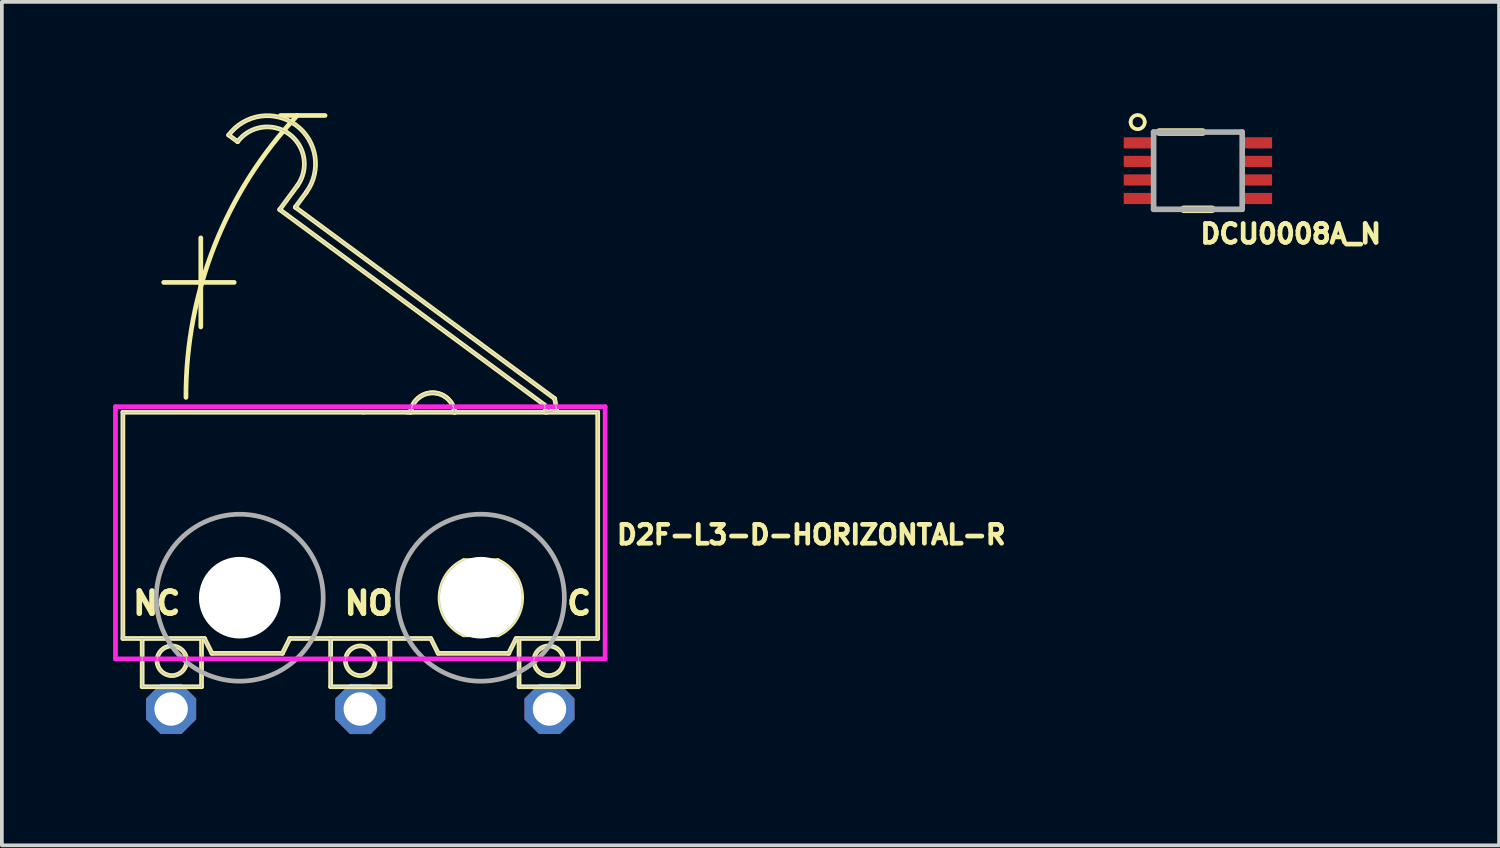
<source format=kicad_pcb>
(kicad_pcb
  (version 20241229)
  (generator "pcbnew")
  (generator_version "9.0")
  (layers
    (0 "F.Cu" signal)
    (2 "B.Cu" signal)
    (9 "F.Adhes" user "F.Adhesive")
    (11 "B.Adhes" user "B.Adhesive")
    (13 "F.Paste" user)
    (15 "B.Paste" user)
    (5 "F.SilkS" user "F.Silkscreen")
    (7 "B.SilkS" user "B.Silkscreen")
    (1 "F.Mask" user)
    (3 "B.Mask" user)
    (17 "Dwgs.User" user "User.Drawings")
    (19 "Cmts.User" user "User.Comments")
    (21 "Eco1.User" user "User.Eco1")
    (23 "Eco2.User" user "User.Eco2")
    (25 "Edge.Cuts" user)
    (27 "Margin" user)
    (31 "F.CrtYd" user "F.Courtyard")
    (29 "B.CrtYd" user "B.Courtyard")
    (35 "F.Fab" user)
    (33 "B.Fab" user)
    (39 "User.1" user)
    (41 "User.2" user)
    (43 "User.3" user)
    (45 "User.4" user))
  (footprint "DCU0008A_N"
    (layer "F.Cu")
    (at 29.243 1.551)
    (property "Reference" "DCU0008A_N" (at 0 2 0) (layer "F.SilkS") (effects (font (size 0.508 0.508) (thickness 0.127)) (justify left bottom)))
    (fp_line (start -1.041 -1.041) (end 0.127 -1.041) (stroke (width 0.203) (type solid)) (layer "F.SilkS"))
    (fp_line (start -0.381 1.041) (end 0.381 1.041) (stroke (width 0.203) (type solid)) (layer "F.SilkS"))
    (fp_arc (start -1.8144 -1.3096) (mid -1.6239 -1.5001) (end -1.4334 -1.3096) (stroke (width 0.1016) (type solid)) (layer "F.SilkS"))
    (fp_arc (start -1.4334 -1.3096) (mid -1.6239 -1.1191) (end -1.8144 -1.3096) (stroke (width 0.1016) (type solid)) (layer "F.SilkS"))
    (fp_line (start -1.194 -1.041) (end 1.194 -1.041) (stroke (width 0.152) (type solid)) (layer "F.Fab"))
    (fp_line (start -1.194 1.041) (end -1.194 -1.041) (stroke (width 0.152) (type solid)) (layer "F.Fab"))
    (fp_line (start -1.194 1.041) (end 1.194 1.041) (stroke (width 0.152) (type solid)) (layer "F.Fab"))
    (fp_line (start 1.194 1.041) (end 1.194 -1.041) (stroke (width 0.152) (type solid)) (layer "F.Fab"))
    (pad "1" smd rect (at -1.6 -0.75 180) (size 0.8 0.3) (layers "F.Cu" "F.Mask" "F.Paste"))
    (pad "2" smd rect (at -1.6 -0.25 180) (size 0.8 0.3) (layers "F.Cu" "F.Mask" "F.Paste"))
    (pad "3" smd rect (at -1.6 0.25 180) (size 0.8 0.3) (layers "F.Cu" "F.Mask" "F.Paste"))
    (pad "4" smd rect (at -1.6 0.75 180) (size 0.8 0.3) (layers "F.Cu" "F.Mask" "F.Paste"))
    (pad "5" smd rect (at 1.6 0.75 180) (size 0.8 0.3) (layers "F.Cu" "F.Mask" "F.Paste"))
    (pad "6" smd rect (at 1.6 0.25 180) (size 0.8 0.3) (layers "F.Cu" "F.Mask" "F.Paste"))
    (pad "7" smd rect (at 1.6 -0.25 180) (size 0.8 0.3) (layers "F.Cu" "F.Mask" "F.Paste"))
    (pad "8" smd rect (at 1.6 -0.75 180) (size 0.8 0.3) (layers "F.Cu" "F.Mask" "F.Paste")))
  (footprint "D2F-L3-D-HORIZONTAL-R"
    (layer "F.Cu")
    (at 6.663 13.063)
    (property "Reference" "D2F-L3-D-HORIZONTAL-R" (at 6.85 -1.4 0) (layer "F.SilkS") (effects (font (size 0.508 0.508) (thickness 0.127)) (justify left bottom)))
    (fp_line (start -6.4 -5) (end 0.085 -5) (stroke (width 0.127) (type solid)) (layer "F.SilkS"))
    (fp_line (start -6.4 1.1) (end -6.4 -5) (stroke (width 0.127) (type solid)) (layer "F.SilkS"))
    (fp_line (start -6.4 1.1) (end -4.2 1.1) (stroke (width 0.127) (type solid)) (layer "F.SilkS"))
    (fp_line (start -5.88 2.4) (end -5.88 1.1) (stroke (width 0.127) (type solid)) (layer "F.SilkS"))
    (fp_line (start -4.3 -8.5) (end -5.3 -8.5) (stroke (width 0.127) (type solid)) (layer "F.SilkS"))
    (fp_line (start -4.3 -8.5) (end -4.3 -9.7) (stroke (width 0.127) (type solid)) (layer "F.SilkS"))
    (fp_line (start -4.3 -7.3) (end -4.3 -8.5) (stroke (width 0.127) (type solid)) (layer "F.SilkS"))
    (fp_line (start -4.28 1.1) (end -4.28 2.4) (stroke (width 0.127) (type solid)) (layer "F.SilkS"))
    (fp_line (start -4.28 2.4) (end -5.88 2.4) (stroke (width 0.127) (type solid)) (layer "F.SilkS"))
    (fp_line (start -4.2 1.1) (end -4 1.5) (stroke (width 0.127) (type solid)) (layer "F.SilkS"))
    (fp_line (start -3.4 -8.5) (end -4.3 -8.5) (stroke (width 0.127) (type solid)) (layer "F.SilkS"))
    (fp_line (start -3.307 -12.294) (end -3.549 -12.472) (stroke (width 0.127) (type solid)) (layer "F.SilkS"))
    (fp_line (start -2.173 -10.463) (end -1.698 -11.106) (stroke (width 0.127) (type solid)) (layer "F.SilkS"))
    (fp_line (start -2.15 -13) (end -1.7 -13) (stroke (width 0.127) (type solid)) (layer "F.SilkS"))
    (fp_line (start -2.1 1.5) (end -4 1.5) (stroke (width 0.127) (type solid)) (layer "F.SilkS"))
    (fp_line (start -2.1 1.5) (end -1.9 1.1) (stroke (width 0.127) (type solid)) (layer "F.SilkS"))
    (fp_line (start -1.9 1.1) (end 1.9 1.1) (stroke (width 0.127) (type solid)) (layer "F.SilkS"))
    (fp_line (start -1.753 -10.526) (end 5.24 -5.367) (stroke (width 0.127) (type solid)) (layer "F.SilkS"))
    (fp_line (start -1.7 -13) (end -0.95 -13) (stroke (width 0.127) (type solid)) (layer "F.SilkS"))
    (fp_line (start -1.456 -10.928) (end -1.753 -10.526) (stroke (width 0.127) (type solid)) (layer "F.SilkS"))
    (fp_line (start -0.8 2.4) (end -0.8 1.1) (stroke (width 0.127) (type solid)) (layer "F.SilkS"))
    (fp_line (start 0.085 -5) (end 1.275 -5) (stroke (width 0.127) (type solid)) (layer "F.SilkS"))
    (fp_line (start 0.8 1.1) (end 0.8 2.4) (stroke (width 0.127) (type solid)) (layer "F.SilkS"))
    (fp_line (start 0.8 2.4) (end -0.8 2.4) (stroke (width 0.127) (type solid)) (layer "F.SilkS"))
    (fp_line (start 1.275 -5) (end 1.355 -5) (stroke (width 0.127) (type solid)) (layer "F.SilkS"))
    (fp_line (start 1.355 -5) (end 2.545 -5) (stroke (width 0.127) (type solid)) (layer "F.SilkS"))
    (fp_line (start 1.9 1.1) (end 2.1 1.5) (stroke (width 0.127) (type solid)) (layer "F.SilkS"))
    (fp_line (start 2.545 -5) (end 6.4 -5) (stroke (width 0.127) (type solid)) (layer "F.SilkS"))
    (fp_line (start 2.792 1) (end 3.708 1) (stroke (width 0.127) (type solid)) (layer "F.SilkS"))
    (fp_line (start 3.708 -1) (end 2.792 -1) (stroke (width 0.127) (type solid)) (layer "F.SilkS"))
    (fp_line (start 4 1.5) (end 2.1 1.5) (stroke (width 0.127) (type solid)) (layer "F.SilkS"))
    (fp_line (start 4 1.5) (end 4.2 1.1) (stroke (width 0.127) (type solid)) (layer "F.SilkS"))
    (fp_line (start 4.2 1.1) (end 6.4 1.1) (stroke (width 0.127) (type solid)) (layer "F.SilkS"))
    (fp_line (start 4.28 2.4) (end 4.28 1.1) (stroke (width 0.127) (type solid)) (layer "F.SilkS"))
    (fp_line (start 4.965 -5.197) (end -2.173 -10.463) (stroke (width 0.127) (type solid)) (layer "F.SilkS"))
    (fp_line (start 5 -5) (end 4.965 -5.197) (stroke (width 0.127) (type solid)) (layer "F.SilkS"))
    (fp_line (start 5.24 -5.367) (end 5.295 -5.052) (stroke (width 0.127) (type solid)) (layer "F.SilkS"))
    (fp_line (start 5.295 -5.052) (end 5 -5) (stroke (width 0.127) (type solid)) (layer "F.SilkS"))
    (fp_line (start 5.88 1.1) (end 5.88 2.4) (stroke (width 0.127) (type solid)) (layer "F.SilkS"))
    (fp_line (start 5.88 2.4) (end 4.28 2.4) (stroke (width 0.127) (type solid)) (layer "F.SilkS"))
    (fp_line (start 6.4 -5) (end 6.4 1.1) (stroke (width 0.127) (type solid)) (layer "F.SilkS"))
    (fp_arc (start -4.7 -5.4) (mid -3.930582 -9.488387) (end -1.7 -12.999999) (stroke (width 0.127) (type solid)) (layer "F.SilkS"))
    (fp_arc (start -3.54864 -12.471731) (mid -1.730759 -12.74615) (end -1.45634 -10.928269) (stroke (width 0.127) (type solid)) (layer "F.SilkS"))
    (fp_arc (start -3.307218 -12.29364) (mid -1.90885 -12.504725) (end -1.697761 -11.106358) (stroke (width 0.127) (type solid)) (layer "F.SilkS"))
    (fp_arc (start 1.35484 -5) (mid 1.95 -5.523974) (end 2.54516 -5) (stroke (width 0.127) (type solid)) (layer "F.SilkS"))
    (fp_arc (start 1.35484 -5) (mid 1.95 -5.523974) (end 2.54516 -5) (stroke (width 0.127) (type solid)) (layer "F.SilkS"))
    (fp_arc (start 2.79174 1) (mid 2.149998 0) (end 2.791739 -1) (stroke (width 0.127) (type solid)) (layer "F.SilkS"))
    (fp_arc (start 3.708259 -1) (mid 4.35 0) (end 3.708258 1) (stroke (width 0.127) (type solid)) (layer "F.SilkS"))
    (fp_circle (center -5.08 1.7) (end -4.68 1.7) (stroke (width 0.127) (type solid)) (fill no) (layer "F.SilkS"))
    (fp_circle (center -3.25 0) (end -2.25 0) (stroke (width 0.127) (type solid)) (fill no) (layer "F.SilkS"))
    (fp_circle (center 0 1.7) (end 0.4 1.7) (stroke (width 0.127) (type solid)) (fill no) (layer "F.SilkS"))
    (fp_circle (center 5.08 1.7) (end 5.48 1.7) (stroke (width 0.127) (type solid)) (fill no) (layer "F.SilkS"))
    (fp_line (start -6.4 -5) (end 0.085 -5) (stroke (width 0.025) (type solid)) (layer "Dwgs.User"))
    (fp_line (start -6.4 1.1) (end -6.4 -5) (stroke (width 0.025) (type solid)) (layer "Dwgs.User"))
    (fp_line (start -6.4 1.1) (end -4.2 1.1) (stroke (width 0.025) (type solid)) (layer "Dwgs.User"))
    (fp_line (start -5.88 2.4) (end -5.88 1.1) (stroke (width 0.025) (type solid)) (layer "Dwgs.User"))
    (fp_line (start -4.28 1.1) (end -4.28 2.4) (stroke (width 0.025) (type solid)) (layer "Dwgs.User"))
    (fp_line (start -4.28 2.4) (end -5.88 2.4) (stroke (width 0.025) (type solid)) (layer "Dwgs.User"))
    (fp_line (start -4.2 1.1) (end -4 1.5) (stroke (width 0.025) (type solid)) (layer "Dwgs.User"))
    (fp_line (start -3.307 -12.294) (end -3.549 -12.472) (stroke (width 0.025) (type solid)) (layer "Dwgs.User"))
    (fp_line (start -2.173 -10.463) (end -1.698 -11.106) (stroke (width 0.025) (type solid)) (layer "Dwgs.User"))
    (fp_line (start -2.1 1.5) (end -4 1.5) (stroke (width 0.025) (type solid)) (layer "Dwgs.User"))
    (fp_line (start -2.1 1.5) (end -1.9 1.1) (stroke (width 0.025) (type solid)) (layer "Dwgs.User"))
    (fp_line (start -1.9 1.1) (end 1.9 1.1) (stroke (width 0.025) (type solid)) (layer "Dwgs.User"))
    (fp_line (start -1.753 -10.526) (end 5.24 -5.367) (stroke (width 0.025) (type solid)) (layer "Dwgs.User"))
    (fp_line (start -1.456 -10.928) (end -1.753 -10.526) (stroke (width 0.025) (type solid)) (layer "Dwgs.User"))
    (fp_line (start -0.8 2.4) (end -0.8 1.1) (stroke (width 0.025) (type solid)) (layer "Dwgs.User"))
    (fp_line (start 0.085 -5) (end 1.275 -5) (stroke (width 0.025) (type solid)) (layer "Dwgs.User"))
    (fp_line (start 0.8 1.1) (end 0.8 2.4) (stroke (width 0.025) (type solid)) (layer "Dwgs.User"))
    (fp_line (start 0.8 2.4) (end -0.8 2.4) (stroke (width 0.025) (type solid)) (layer "Dwgs.User"))
    (fp_line (start 1.275 -5) (end 1.355 -5) (stroke (width 0.025) (type solid)) (layer "Dwgs.User"))
    (fp_line (start 1.355 -5) (end 2.545 -5) (stroke (width 0.025) (type solid)) (layer "Dwgs.User"))
    (fp_line (start 1.9 1.1) (end 2.1 1.5) (stroke (width 0.025) (type solid)) (layer "Dwgs.User"))
    (fp_line (start 2.545 -5) (end 6.4 -5) (stroke (width 0.025) (type solid)) (layer "Dwgs.User"))
    (fp_line (start 2.792 1) (end 3.708 1) (stroke (width 0.025) (type solid)) (layer "Dwgs.User"))
    (fp_line (start 3.708 -1) (end 2.792 -1) (stroke (width 0.025) (type solid)) (layer "Dwgs.User"))
    (fp_line (start 4 1.5) (end 2.1 1.5) (stroke (width 0.025) (type solid)) (layer "Dwgs.User"))
    (fp_line (start 4 1.5) (end 4.2 1.1) (stroke (width 0.025) (type solid)) (layer "Dwgs.User"))
    (fp_line (start 4.2 1.1) (end 6.4 1.1) (stroke (width 0.025) (type solid)) (layer "Dwgs.User"))
    (fp_line (start 4.28 2.4) (end 4.28 1.1) (stroke (width 0.025) (type solid)) (layer "Dwgs.User"))
    (fp_line (start 4.965 -5.197) (end -2.173 -10.463) (stroke (width 0.025) (type solid)) (layer "Dwgs.User"))
    (fp_line (start 5 -5) (end 4.965 -5.197) (stroke (width 0.025) (type solid)) (layer "Dwgs.User"))
    (fp_line (start 5.24 -5.367) (end 5.295 -5.052) (stroke (width 0.025) (type solid)) (layer "Dwgs.User"))
    (fp_line (start 5.295 -5.052) (end 5 -5) (stroke (width 0.025) (type solid)) (layer "Dwgs.User"))
    (fp_line (start 5.88 1.1) (end 5.88 2.4) (stroke (width 0.025) (type solid)) (layer "Dwgs.User"))
    (fp_line (start 5.88 2.4) (end 4.28 2.4) (stroke (width 0.025) (type solid)) (layer "Dwgs.User"))
    (fp_line (start 6.4 -5) (end 6.4 1.1) (stroke (width 0.025) (type solid)) (layer "Dwgs.User"))
    (fp_arc (start -3.54864 -12.471731) (mid -1.730759 -12.74615) (end -1.45634 -10.928269) (stroke (width 0.025) (type solid)) (layer "Dwgs.User"))
    (fp_arc (start -3.307218 -12.29364) (mid -1.90885 -12.504725) (end -1.697761 -11.106358) (stroke (width 0.025) (type solid)) (layer "Dwgs.User"))
    (fp_arc (start 1.35484 -5) (mid 1.95 -5.523974) (end 2.54516 -5) (stroke (width 0.025) (type solid)) (layer "Dwgs.User"))
    (fp_arc (start 1.35484 -5) (mid 1.95 -5.523974) (end 2.54516 -5) (stroke (width 0.025) (type solid)) (layer "Dwgs.User"))
    (fp_arc (start 2.79174 1) (mid 2.149998 0) (end 2.791739 -1) (stroke (width 0.025) (type solid)) (layer "Dwgs.User"))
    (fp_arc (start 3.708259 -1) (mid 4.35 0) (end 3.708258 1) (stroke (width 0.025) (type solid)) (layer "Dwgs.User"))
    (fp_circle (center -5.08 1.7) (end -4.68 1.7) (stroke (width 0.025) (type solid)) (fill no) (layer "Dwgs.User"))
    (fp_circle (center -3.25 0) (end -2.25 0) (stroke (width 0.025) (type solid)) (fill no) (layer "Dwgs.User"))
    (fp_circle (center 0 1.7) (end 0.4 1.7) (stroke (width 0.025) (type solid)) (fill no) (layer "Dwgs.User"))
    (fp_circle (center 5.08 1.7) (end 5.48 1.7) (stroke (width 0.025) (type solid)) (fill no) (layer "Dwgs.User"))
    (fp_line (start -6.6 -5.15) (end 6.6 -5.15) (stroke (width 0.127) (type solid)) (layer "F.CrtYd"))
    (fp_line (start -6.6 1.65) (end -6.6 -5.15) (stroke (width 0.127) (type solid)) (layer "F.CrtYd"))
    (fp_line (start 6.6 -5.15) (end 6.6 1.65) (stroke (width 0.127) (type solid)) (layer "F.CrtYd"))
    (fp_line (start 6.6 1.65) (end -6.6 1.65) (stroke (width 0.127) (type solid)) (layer "F.CrtYd"))
    (fp_circle (center -3.25 0) (end -1 0) (stroke (width 0.127) (type solid)) (fill no) (layer "F.Fab"))
    (fp_circle (center 3.25 0) (end 5.501 0) (stroke (width 0.127) (type solid)) (fill no) (layer "F.Fab"))
    (fp_text user "C" (at 5.5 0.5 0) (layer "F.SilkS") (effects (font (size 0.6 0.6) (thickness 0.15)) (justify left bottom)))
    (fp_text user "NO" (at -0.5 0.5 0) (layer "F.SilkS") (effects (font (size 0.6 0.6) (thickness 0.15)) (justify left bottom)))
    (fp_text user "NC" (at -6.2 0.5 0) (layer "F.SilkS") (effects (font (size 0.6 0.6) (thickness 0.15)) (justify left bottom)))
    (pad "" np_thru_hole circle (at -3.25 0) (size 2.2 2.2) (drill 2.2) (layers "*.Cu" "*.Mask"))
    (pad "" np_thru_hole circle (at 3.25 0) (size 2.2 2.2) (drill 2.2) (layers "*.Cu" "*.Mask"))
    (pad "C" thru_hole roundrect (at 5.1 3 315) (size 1.35 1.35) (drill 0.9) (layers "*.Cu" "*.Mask") (roundrect_rratio 0.25) (chamfer_ratio 0.293) (chamfer top_left top_right bottom_left bottom_right))
    (pad "NC" thru_hole roundrect (at -5.1 3 225) (size 1.35 1.35) (drill 0.9) (layers "*.Cu" "*.Mask") (roundrect_rratio 0.25) (chamfer_ratio 0.293) (chamfer top_left top_right bottom_left bottom_right))
    (pad "NO" thru_hole roundrect (at 0 3 270) (size 1.35 1.35) (drill 0.9) (layers "*.Cu" "*.Mask") (roundrect_rratio 0.25) (chamfer_ratio 0.293) (chamfer top_left top_right bottom_left bottom_right)))
  (gr_rect
    (start -3 -3)
    (end 37.361 19.738)
    (stroke (width 0.1) (type default))
    (fill no)
    (layer "Edge.Cuts")))
</source>
